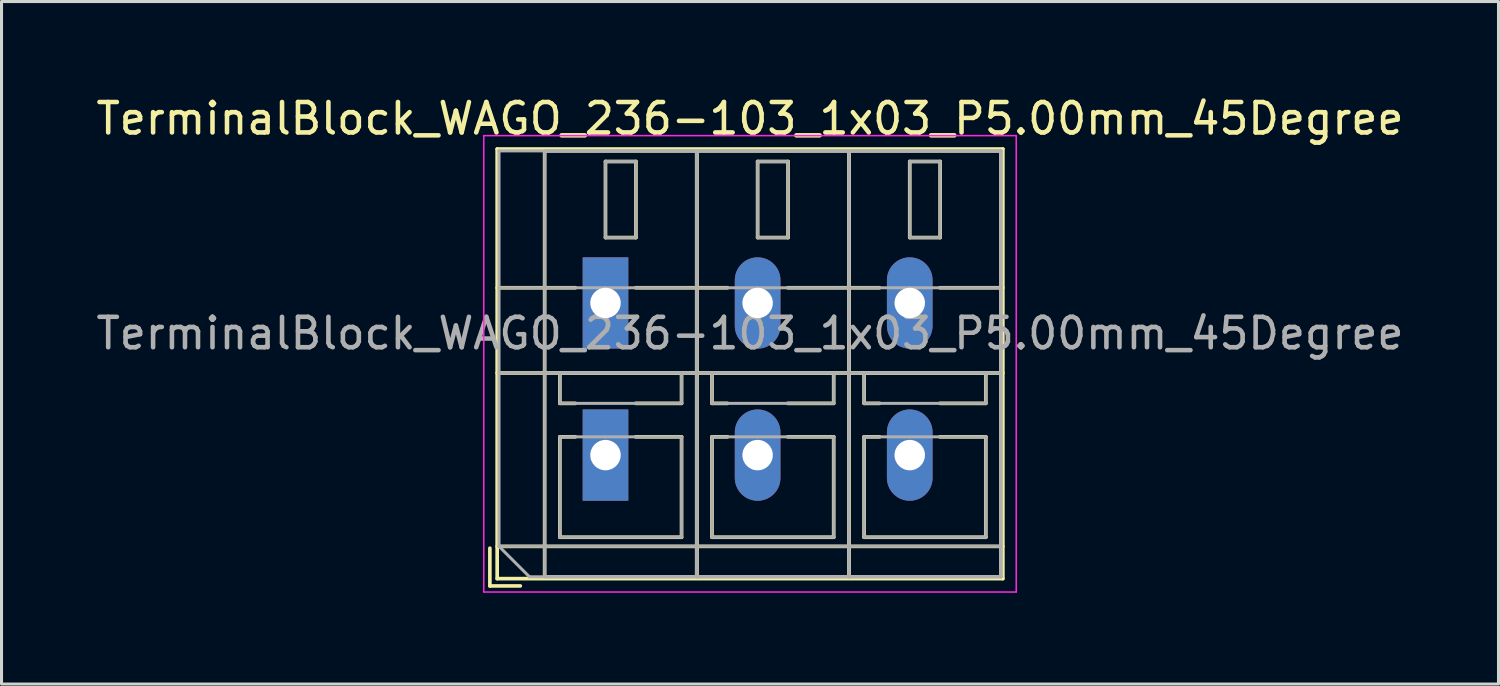
<source format=kicad_pcb>
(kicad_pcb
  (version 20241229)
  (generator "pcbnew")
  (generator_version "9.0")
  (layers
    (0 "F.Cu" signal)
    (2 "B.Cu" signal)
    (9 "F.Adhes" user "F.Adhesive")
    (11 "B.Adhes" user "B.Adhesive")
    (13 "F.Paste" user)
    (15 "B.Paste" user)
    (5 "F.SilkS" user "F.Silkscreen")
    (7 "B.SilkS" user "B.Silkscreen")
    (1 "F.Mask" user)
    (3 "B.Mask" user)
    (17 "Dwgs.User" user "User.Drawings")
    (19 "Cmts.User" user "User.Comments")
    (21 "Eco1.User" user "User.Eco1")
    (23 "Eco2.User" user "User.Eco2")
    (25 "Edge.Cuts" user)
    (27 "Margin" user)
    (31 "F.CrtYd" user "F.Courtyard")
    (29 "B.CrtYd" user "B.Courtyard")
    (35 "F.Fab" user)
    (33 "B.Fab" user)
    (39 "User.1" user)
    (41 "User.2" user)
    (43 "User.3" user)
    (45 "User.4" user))
  (footprint "TerminalBlock_WAGO_236-103_1x03_P5.00mm_45Degree"
    (layer "F.Cu")
    (at 16.851 11.908)
    (property "Reference" "TerminalBlock_WAGO_236-103_1x03_P5.00mm_45Degree" (at 4.75 -11.06 0) (layer "F.SilkS") (effects (font (size 1 1) (thickness 0.15))))
    (attr through_hole)
    (fp_line (start -3.8 3.06) (end -3.8 4.3) (stroke (width 0.12) (type solid)) (layer "F.SilkS"))
    (fp_line (start -3.8 4.3) (end -2.8 4.3) (stroke (width 0.12) (type solid)) (layer "F.SilkS"))
    (fp_line (start -3.56 -10.06) (end -3.56 4.06) (stroke (width 0.12) (type solid)) (layer "F.SilkS"))
    (fp_line (start -3.56 -10.06) (end 13.06 -10.06) (stroke (width 0.12) (type solid)) (layer "F.SilkS"))
    (fp_line (start -3.56 -5.5) (end -0.99 -5.5) (stroke (width 0.12) (type solid)) (layer "F.SilkS"))
    (fp_line (start -3.56 -2.7) (end 13.06 -2.7) (stroke (width 0.12) (type solid)) (layer "F.SilkS"))
    (fp_line (start -3.56 3) (end 13.06 3) (stroke (width 0.12) (type solid)) (layer "F.SilkS"))
    (fp_line (start -3.56 4.06) (end 13.06 4.06) (stroke (width 0.12) (type solid)) (layer "F.SilkS"))
    (fp_line (start -2 -10) (end -2 4) (stroke (width 0.12) (type solid)) (layer "F.SilkS"))
    (fp_line (start -2 -10) (end 3 -10) (stroke (width 0.12) (type solid)) (layer "F.SilkS"))
    (fp_line (start -2 4) (end 3 4) (stroke (width 0.12) (type solid)) (layer "F.SilkS"))
    (fp_line (start -1.5 -2.7) (end -1.5 -1.701) (stroke (width 0.12) (type solid)) (layer "F.SilkS"))
    (fp_line (start -1.5 -2.7) (end 2.5 -2.7) (stroke (width 0.12) (type solid)) (layer "F.SilkS"))
    (fp_line (start -1.5 -1.701) (end -0.99 -1.701) (stroke (width 0.12) (type solid)) (layer "F.SilkS"))
    (fp_line (start -1.5 -0.6) (end -1.5 2.7) (stroke (width 0.12) (type solid)) (layer "F.SilkS"))
    (fp_line (start -1.5 -0.6) (end -0.99 -0.6) (stroke (width 0.12) (type solid)) (layer "F.SilkS"))
    (fp_line (start -1.5 2.7) (end 2.5 2.7) (stroke (width 0.12) (type solid)) (layer "F.SilkS"))
    (fp_line (start 0 -9.65) (end 0 -7.15) (stroke (width 0.12) (type solid)) (layer "F.SilkS"))
    (fp_line (start 0 -9.65) (end 1 -9.65) (stroke (width 0.12) (type solid)) (layer "F.SilkS"))
    (fp_line (start 0 -7.15) (end 1 -7.15) (stroke (width 0.12) (type solid)) (layer "F.SilkS"))
    (fp_line (start 0.99 -5.5) (end 4.01 -5.5) (stroke (width 0.12) (type solid)) (layer "F.SilkS"))
    (fp_line (start 0.99 -1.701) (end 2.5 -1.701) (stroke (width 0.12) (type solid)) (layer "F.SilkS"))
    (fp_line (start 0.99 -0.6) (end 2.5 -0.6) (stroke (width 0.12) (type solid)) (layer "F.SilkS"))
    (fp_line (start 1 -9.65) (end 1 -7.15) (stroke (width 0.12) (type solid)) (layer "F.SilkS"))
    (fp_line (start 2.5 -2.7) (end 2.5 -1.701) (stroke (width 0.12) (type solid)) (layer "F.SilkS"))
    (fp_line (start 2.5 -0.6) (end 2.5 2.7) (stroke (width 0.12) (type solid)) (layer "F.SilkS"))
    (fp_line (start 3 -10) (end 3 4) (stroke (width 0.12) (type solid)) (layer "F.SilkS"))
    (fp_line (start 3 -10) (end 3 4) (stroke (width 0.12) (type solid)) (layer "F.SilkS"))
    (fp_line (start 3 -10) (end 8 -10) (stroke (width 0.12) (type solid)) (layer "F.SilkS"))
    (fp_line (start 3 4) (end 8 4) (stroke (width 0.12) (type solid)) (layer "F.SilkS"))
    (fp_line (start 3.5 -2.7) (end 3.5 -1.701) (stroke (width 0.12) (type solid)) (layer "F.SilkS"))
    (fp_line (start 3.5 -2.7) (end 7.5 -2.7) (stroke (width 0.12) (type solid)) (layer "F.SilkS"))
    (fp_line (start 3.5 -1.701) (end 4.01 -1.701) (stroke (width 0.12) (type solid)) (layer "F.SilkS"))
    (fp_line (start 3.5 -0.6) (end 3.5 2.7) (stroke (width 0.12) (type solid)) (layer "F.SilkS"))
    (fp_line (start 3.5 -0.6) (end 4.01 -0.6) (stroke (width 0.12) (type solid)) (layer "F.SilkS"))
    (fp_line (start 3.5 2.7) (end 7.5 2.7) (stroke (width 0.12) (type solid)) (layer "F.SilkS"))
    (fp_line (start 5 -9.65) (end 5 -7.15) (stroke (width 0.12) (type solid)) (layer "F.SilkS"))
    (fp_line (start 5 -9.65) (end 6 -9.65) (stroke (width 0.12) (type solid)) (layer "F.SilkS"))
    (fp_line (start 5 -7.15) (end 6 -7.15) (stroke (width 0.12) (type solid)) (layer "F.SilkS"))
    (fp_line (start 5.99 -5.5) (end 9.01 -5.5) (stroke (width 0.12) (type solid)) (layer "F.SilkS"))
    (fp_line (start 5.99 -1.701) (end 7.5 -1.701) (stroke (width 0.12) (type solid)) (layer "F.SilkS"))
    (fp_line (start 5.99 -0.6) (end 7.5 -0.6) (stroke (width 0.12) (type solid)) (layer "F.SilkS"))
    (fp_line (start 6 -9.65) (end 6 -7.15) (stroke (width 0.12) (type solid)) (layer "F.SilkS"))
    (fp_line (start 7.5 -2.7) (end 7.5 -1.701) (stroke (width 0.12) (type solid)) (layer "F.SilkS"))
    (fp_line (start 7.5 -0.6) (end 7.5 2.7) (stroke (width 0.12) (type solid)) (layer "F.SilkS"))
    (fp_line (start 8 -10) (end 8 4) (stroke (width 0.12) (type solid)) (layer "F.SilkS"))
    (fp_line (start 8 -10) (end 8 4) (stroke (width 0.12) (type solid)) (layer "F.SilkS"))
    (fp_line (start 8 -10) (end 13 -10) (stroke (width 0.12) (type solid)) (layer "F.SilkS"))
    (fp_line (start 8 4) (end 13 4) (stroke (width 0.12) (type solid)) (layer "F.SilkS"))
    (fp_line (start 8.5 -2.7) (end 8.5 -1.701) (stroke (width 0.12) (type solid)) (layer "F.SilkS"))
    (fp_line (start 8.5 -2.7) (end 12.5 -2.7) (stroke (width 0.12) (type solid)) (layer "F.SilkS"))
    (fp_line (start 8.5 -1.701) (end 9.01 -1.701) (stroke (width 0.12) (type solid)) (layer "F.SilkS"))
    (fp_line (start 8.5 -0.6) (end 8.5 2.7) (stroke (width 0.12) (type solid)) (layer "F.SilkS"))
    (fp_line (start 8.5 -0.6) (end 9.01 -0.6) (stroke (width 0.12) (type solid)) (layer "F.SilkS"))
    (fp_line (start 8.5 2.7) (end 12.5 2.7) (stroke (width 0.12) (type solid)) (layer "F.SilkS"))
    (fp_line (start 10 -9.65) (end 10 -7.15) (stroke (width 0.12) (type solid)) (layer "F.SilkS"))
    (fp_line (start 10 -9.65) (end 11 -9.65) (stroke (width 0.12) (type solid)) (layer "F.SilkS"))
    (fp_line (start 10 -7.15) (end 11 -7.15) (stroke (width 0.12) (type solid)) (layer "F.SilkS"))
    (fp_line (start 10.99 -5.5) (end 13.06 -5.5) (stroke (width 0.12) (type solid)) (layer "F.SilkS"))
    (fp_line (start 10.99 -1.701) (end 12.5 -1.701) (stroke (width 0.12) (type solid)) (layer "F.SilkS"))
    (fp_line (start 10.99 -0.6) (end 12.5 -0.6) (stroke (width 0.12) (type solid)) (layer "F.SilkS"))
    (fp_line (start 11 -9.65) (end 11 -7.15) (stroke (width 0.12) (type solid)) (layer "F.SilkS"))
    (fp_line (start 12.5 -2.7) (end 12.5 -1.701) (stroke (width 0.12) (type solid)) (layer "F.SilkS"))
    (fp_line (start 12.5 -0.6) (end 12.5 2.7) (stroke (width 0.12) (type solid)) (layer "F.SilkS"))
    (fp_line (start 13 -10) (end 13 4) (stroke (width 0.12) (type solid)) (layer "F.SilkS"))
    (fp_line (start 13.06 -10.06) (end 13.06 4.06) (stroke (width 0.12) (type solid)) (layer "F.SilkS"))
    (fp_line (start -4 -10.5) (end -4 4.5) (stroke (width 0.05) (type solid)) (layer "F.CrtYd"))
    (fp_line (start -4 4.5) (end 13.5 4.5) (stroke (width 0.05) (type solid)) (layer "F.CrtYd"))
    (fp_line (start 13.5 -10.5) (end -4 -10.5) (stroke (width 0.05) (type solid)) (layer "F.CrtYd"))
    (fp_line (start 13.5 4.5) (end 13.5 -10.5) (stroke (width 0.05) (type solid)) (layer "F.CrtYd"))
    (fp_line (start -3.5 -10) (end 13 -10) (stroke (width 0.1) (type solid)) (layer "F.Fab"))
    (fp_line (start -3.5 -5.5) (end 13 -5.5) (stroke (width 0.1) (type solid)) (layer "F.Fab"))
    (fp_line (start -3.5 -2.7) (end 13 -2.7) (stroke (width 0.1) (type solid)) (layer "F.Fab"))
    (fp_line (start -3.5 3) (end -3.5 -10) (stroke (width 0.1) (type solid)) (layer "F.Fab"))
    (fp_line (start -3.5 3) (end 13 3) (stroke (width 0.1) (type solid)) (layer "F.Fab"))
    (fp_line (start -2.5 4) (end -3.5 3) (stroke (width 0.1) (type solid)) (layer "F.Fab"))
    (fp_line (start -2 -10) (end -2 4) (stroke (width 0.1) (type solid)) (layer "F.Fab"))
    (fp_line (start -2 4) (end 3 4) (stroke (width 0.1) (type solid)) (layer "F.Fab"))
    (fp_line (start -1.5 -2.7) (end -1.5 -1.7) (stroke (width 0.1) (type solid)) (layer "F.Fab"))
    (fp_line (start -1.5 -1.7) (end 2.5 -1.7) (stroke (width 0.1) (type solid)) (layer "F.Fab"))
    (fp_line (start -1.5 -0.6) (end -1.5 2.7) (stroke (width 0.1) (type solid)) (layer "F.Fab"))
    (fp_line (start -1.5 2.7) (end 2.5 2.7) (stroke (width 0.1) (type solid)) (layer "F.Fab"))
    (fp_line (start 0 -9.65) (end 0 -7.15) (stroke (width 0.1) (type solid)) (layer "F.Fab"))
    (fp_line (start 0 -7.15) (end 1 -7.15) (stroke (width 0.1) (type solid)) (layer "F.Fab"))
    (fp_line (start 1 -9.65) (end 0 -9.65) (stroke (width 0.1) (type solid)) (layer "F.Fab"))
    (fp_line (start 1 -7.15) (end 1 -9.65) (stroke (width 0.1) (type solid)) (layer "F.Fab"))
    (fp_line (start 2.5 -2.7) (end -1.5 -2.7) (stroke (width 0.1) (type solid)) (layer "F.Fab"))
    (fp_line (start 2.5 -1.7) (end 2.5 -2.7) (stroke (width 0.1) (type solid)) (layer "F.Fab"))
    (fp_line (start 2.5 -0.6) (end -1.5 -0.6) (stroke (width 0.1) (type solid)) (layer "F.Fab"))
    (fp_line (start 2.5 2.7) (end 2.5 -0.6) (stroke (width 0.1) (type solid)) (layer "F.Fab"))
    (fp_line (start 3 -10) (end -2 -10) (stroke (width 0.1) (type solid)) (layer "F.Fab"))
    (fp_line (start 3 -10) (end 3 4) (stroke (width 0.1) (type solid)) (layer "F.Fab"))
    (fp_line (start 3 4) (end 3 -10) (stroke (width 0.1) (type solid)) (layer "F.Fab"))
    (fp_line (start 3 4) (end 8 4) (stroke (width 0.1) (type solid)) (layer "F.Fab"))
    (fp_line (start 3.5 -2.7) (end 3.5 -1.7) (stroke (width 0.1) (type solid)) (layer "F.Fab"))
    (fp_line (start 3.5 -1.7) (end 7.5 -1.7) (stroke (width 0.1) (type solid)) (layer "F.Fab"))
    (fp_line (start 3.5 -0.6) (end 3.5 2.7) (stroke (width 0.1) (type solid)) (layer "F.Fab"))
    (fp_line (start 3.5 2.7) (end 7.5 2.7) (stroke (width 0.1) (type solid)) (layer "F.Fab"))
    (fp_line (start 5 -9.65) (end 5 -7.15) (stroke (width 0.1) (type solid)) (layer "F.Fab"))
    (fp_line (start 5 -7.15) (end 6 -7.15) (stroke (width 0.1) (type solid)) (layer "F.Fab"))
    (fp_line (start 6 -9.65) (end 5 -9.65) (stroke (width 0.1) (type solid)) (layer "F.Fab"))
    (fp_line (start 6 -7.15) (end 6 -9.65) (stroke (width 0.1) (type solid)) (layer "F.Fab"))
    (fp_line (start 7.5 -2.7) (end 3.5 -2.7) (stroke (width 0.1) (type solid)) (layer "F.Fab"))
    (fp_line (start 7.5 -1.7) (end 7.5 -2.7) (stroke (width 0.1) (type solid)) (layer "F.Fab"))
    (fp_line (start 7.5 -0.6) (end 3.5 -0.6) (stroke (width 0.1) (type solid)) (layer "F.Fab"))
    (fp_line (start 7.5 2.7) (end 7.5 -0.6) (stroke (width 0.1) (type solid)) (layer "F.Fab"))
    (fp_line (start 8 -10) (end 3 -10) (stroke (width 0.1) (type solid)) (layer "F.Fab"))
    (fp_line (start 8 -10) (end 8 4) (stroke (width 0.1) (type solid)) (layer "F.Fab"))
    (fp_line (start 8 4) (end 8 -10) (stroke (width 0.1) (type solid)) (layer "F.Fab"))
    (fp_line (start 8 4) (end 13 4) (stroke (width 0.1) (type solid)) (layer "F.Fab"))
    (fp_line (start 8.5 -2.7) (end 8.5 -1.7) (stroke (width 0.1) (type solid)) (layer "F.Fab"))
    (fp_line (start 8.5 -1.7) (end 12.5 -1.7) (stroke (width 0.1) (type solid)) (layer "F.Fab"))
    (fp_line (start 8.5 -0.6) (end 8.5 2.7) (stroke (width 0.1) (type solid)) (layer "F.Fab"))
    (fp_line (start 8.5 2.7) (end 12.5 2.7) (stroke (width 0.1) (type solid)) (layer "F.Fab"))
    (fp_line (start 10 -9.65) (end 10 -7.15) (stroke (width 0.1) (type solid)) (layer "F.Fab"))
    (fp_line (start 10 -7.15) (end 11 -7.15) (stroke (width 0.1) (type solid)) (layer "F.Fab"))
    (fp_line (start 11 -9.65) (end 10 -9.65) (stroke (width 0.1) (type solid)) (layer "F.Fab"))
    (fp_line (start 11 -7.15) (end 11 -9.65) (stroke (width 0.1) (type solid)) (layer "F.Fab"))
    (fp_line (start 12.5 -2.7) (end 8.5 -2.7) (stroke (width 0.1) (type solid)) (layer "F.Fab"))
    (fp_line (start 12.5 -1.7) (end 12.5 -2.7) (stroke (width 0.1) (type solid)) (layer "F.Fab"))
    (fp_line (start 12.5 -0.6) (end 8.5 -0.6) (stroke (width 0.1) (type solid)) (layer "F.Fab"))
    (fp_line (start 12.5 2.7) (end 12.5 -0.6) (stroke (width 0.1) (type solid)) (layer "F.Fab"))
    (fp_line (start 13 -10) (end 8 -10) (stroke (width 0.1) (type solid)) (layer "F.Fab"))
    (fp_line (start 13 -10) (end 13 4) (stroke (width 0.1) (type solid)) (layer "F.Fab"))
    (fp_line (start 13 4) (end -2.5 4) (stroke (width 0.1) (type solid)) (layer "F.Fab"))
    (fp_line (start 13 4) (end 13 -10) (stroke (width 0.1) (type solid)) (layer "F.Fab"))
    (fp_text user "${REFERENCE}" (at 4.75 -4 0) (layer "F.Fab") (effects (font (size 1 1) (thickness 0.15))))
    (pad "1" thru_hole rect (at 0 -5) (size 1.5 3) (drill 1) (layers "*.Cu" "*.Mask"))
    (pad "1" thru_hole rect (at 0 0) (size 1.5 3) (drill 1) (layers "*.Cu" "*.Mask"))
    (pad "2" thru_hole oval (at 5 -5) (size 1.5 3) (drill 1) (layers "*.Cu" "*.Mask"))
    (pad "2" thru_hole oval (at 5 0) (size 1.5 3) (drill 1) (layers "*.Cu" "*.Mask"))
    (pad "3" thru_hole oval (at 10 -5) (size 1.5 3) (drill 1) (layers "*.Cu" "*.Mask"))
    (pad "3" thru_hole oval (at 10 0) (size 1.5 3) (drill 1) (layers "*.Cu" "*.Mask")))
  (gr_rect
    (start -3 -3)
    (end 46.202 19.433)
    (stroke (width 0.1) (type default))
    (fill no)
    (layer "Edge.Cuts")))
</source>
